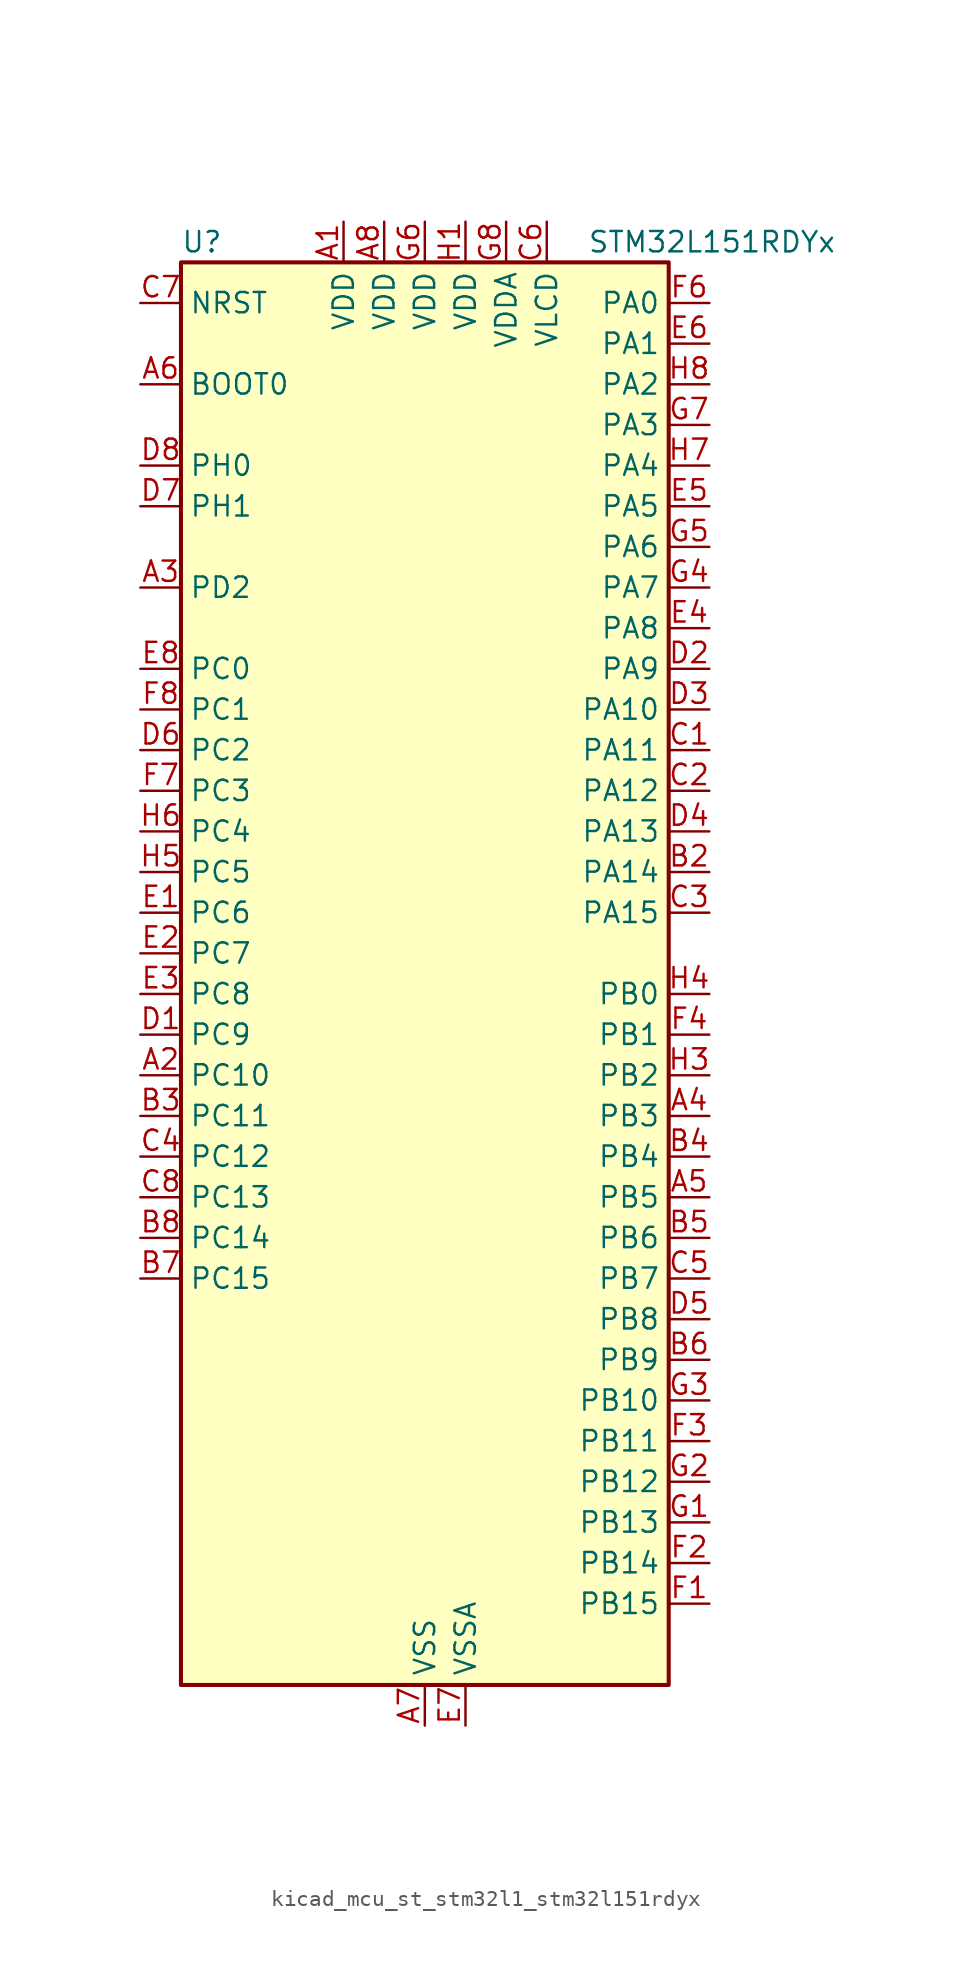
<source format=kicad_sym>
(kicad_symbol_lib
  (version 20220914)
  (generator kicad_symbol_editor)
  (symbol "kicad_mcu_st_stm32l1_stm32l151rdyx"
    (property "Reference" "U"
      (at -15.24 46.99 0)
      (effects (font (size 1.27 1.27)) (justify left)))
    (property "Value" "STM32L151RDYx"
      (at 10.16 46.99 0)
      (effects (font (size 1.27 1.27)) (justify left)))
    (property "ki_locked" ""
      (at 0 0 0)
      (effects (font (size 1.27 1.27))))
    (symbol "kicad_mcu_st_stm32l1_stm32l151rdyx_0_1"
      (rectangle (start -15.24 -43.18) (end 15.24 45.72) (stroke (width 0.254) (type default)) (fill (type background))))
    (symbol "kicad_mcu_st_stm32l1_stm32l151rdyx_1_1"
      (pin power_in line (at -5.08 48.26 270) (length 2.54) (name "VDD" (effects (font (size 1.27 1.27)))) (number "A1" (effects (font (size 1.27 1.27)))))
      (pin bidirectional line (at -17.78 -5.08 0) (length 2.54) (name "PC10" (effects (font (size 1.27 1.27)))) (number "A2" (effects (font (size 1.27 1.27)))) (alternate "I2S3_CK" bidirectional line) (alternate "SDIO_D2" bidirectional line) (alternate "SPI3_SCK" bidirectional line) (alternate "TIMX_IC3" bidirectional line) (alternate "UART4_TX" bidirectional line) (alternate "USART3_TX" bidirectional line))
      (pin bidirectional line (at -17.78 25.4 0) (length 2.54) (name "PD2" (effects (font (size 1.27 1.27)))) (number "A3" (effects (font (size 1.27 1.27)))) (alternate "SDIO_CMD" bidirectional line) (alternate "TIM3_ETR" bidirectional line) (alternate "TIMX_IC3" bidirectional line) (alternate "UART5_RX" bidirectional line))
      (pin bidirectional line (at 17.78 -7.62 180) (length 2.54) (name "PB3" (effects (font (size 1.27 1.27)))) (number "A4" (effects (font (size 1.27 1.27)))) (alternate "COMP2_INM" bidirectional line) (alternate "I2S3_CK" bidirectional line) (alternate "SPI1_SCK" bidirectional line) (alternate "SPI3_SCK" bidirectional line) (alternate "SYS_JTDO-TRACESWO" bidirectional line) (alternate "TIM2_CH2" bidirectional line))
      (pin bidirectional line (at 17.78 -12.7 180) (length 2.54) (name "PB5" (effects (font (size 1.27 1.27)))) (number "A5" (effects (font (size 1.27 1.27)))) (alternate "COMP2_INP" bidirectional line) (alternate "I2C1_SMBA" bidirectional line) (alternate "I2S3_SD" bidirectional line) (alternate "SPI1_MOSI" bidirectional line) (alternate "SPI3_MOSI" bidirectional line) (alternate "TIM3_CH2" bidirectional line) (alternate "TS_G6_IO2" bidirectional line))
      (pin input line (at -17.78 38.1 0) (length 2.54) (name "BOOT0" (effects (font (size 1.27 1.27)))) (number "A6" (effects (font (size 1.27 1.27)))))
      (pin power_in line (at 0 -45.72 90) (length 2.54) (name "VSS" (effects (font (size 1.27 1.27)))) (number "A7" (effects (font (size 1.27 1.27)))))
      (pin power_in line (at -2.54 48.26 270) (length 2.54) (name "VDD" (effects (font (size 1.27 1.27)))) (number "A8" (effects (font (size 1.27 1.27)))))
      (pin passive line (at 0 -45.72 90) (length 2.54) hide (name "VSS" (effects (font (size 1.27 1.27)))) (number "B1" (effects (font (size 1.27 1.27)))))
      (pin bidirectional line (at 17.78 7.62 180) (length 2.54) (name "PA14" (effects (font (size 1.27 1.27)))) (number "B2" (effects (font (size 1.27 1.27)))) (alternate "SYS_JTCK-SWCLK" bidirectional line) (alternate "TIMX_IC3" bidirectional line) (alternate "TS_G5_IO2" bidirectional line))
      (pin bidirectional line (at -17.78 -7.62 0) (length 2.54) (name "PC11" (effects (font (size 1.27 1.27)))) (number "B3" (effects (font (size 1.27 1.27)))) (alternate "ADC_EXTI11" bidirectional line) (alternate "SDIO_D3" bidirectional line) (alternate "SPI3_MISO" bidirectional line) (alternate "TIMX_IC4" bidirectional line) (alternate "UART4_RX" bidirectional line) (alternate "USART3_RX" bidirectional line))
      (pin bidirectional line (at 17.78 -10.16 180) (length 2.54) (name "PB4" (effects (font (size 1.27 1.27)))) (number "B4" (effects (font (size 1.27 1.27)))) (alternate "COMP2_INP" bidirectional line) (alternate "SPI1_MISO" bidirectional line) (alternate "SPI3_MISO" bidirectional line) (alternate "SYS_JTRST" bidirectional line) (alternate "TIM3_CH1" bidirectional line) (alternate "TS_G6_IO1" bidirectional line))
      (pin bidirectional line (at 17.78 -15.24 180) (length 2.54) (name "PB6" (effects (font (size 1.27 1.27)))) (number "B5" (effects (font (size 1.27 1.27)))) (alternate "COMP2_INP" bidirectional line) (alternate "I2C1_SCL" bidirectional line) (alternate "TIM4_CH1" bidirectional line) (alternate "TS_G6_IO3" bidirectional line) (alternate "USART1_TX" bidirectional line))
      (pin bidirectional line (at 17.78 -22.86 180) (length 2.54) (name "PB9" (effects (font (size 1.27 1.27)))) (number "B6" (effects (font (size 1.27 1.27)))) (alternate "DAC_EXTI9" bidirectional line) (alternate "I2C1_SDA" bidirectional line) (alternate "SDIO_D5" bidirectional line) (alternate "TIM11_CH1" bidirectional line) (alternate "TIM4_CH4" bidirectional line))
      (pin bidirectional line (at -17.78 -17.78 0) (length 2.54) (name "PC15" (effects (font (size 1.27 1.27)))) (number "B7" (effects (font (size 1.27 1.27)))) (alternate "ADC_EXTI15" bidirectional line) (alternate "RCC_OSC32_OUT" bidirectional line) (alternate "TIMX_IC4" bidirectional line))
      (pin bidirectional line (at -17.78 -15.24 0) (length 2.54) (name "PC14" (effects (font (size 1.27 1.27)))) (number "B8" (effects (font (size 1.27 1.27)))) (alternate "RCC_OSC32_IN" bidirectional line) (alternate "TIMX_IC3" bidirectional line))
      (pin bidirectional line (at 17.78 15.24 180) (length 2.54) (name "PA11" (effects (font (size 1.27 1.27)))) (number "C1" (effects (font (size 1.27 1.27)))) (alternate "ADC_EXTI11" bidirectional line) (alternate "SPI1_MISO" bidirectional line) (alternate "TIMX_IC4" bidirectional line) (alternate "USART1_CTS" bidirectional line) (alternate "USB_DM" bidirectional line))
      (pin bidirectional line (at 17.78 12.7 180) (length 2.54) (name "PA12" (effects (font (size 1.27 1.27)))) (number "C2" (effects (font (size 1.27 1.27)))) (alternate "SPI1_MOSI" bidirectional line) (alternate "TIMX_IC1" bidirectional line) (alternate "USART1_RTS" bidirectional line) (alternate "USB_DP" bidirectional line))
      (pin bidirectional line (at 17.78 5.08 180) (length 2.54) (name "PA15" (effects (font (size 1.27 1.27)))) (number "C3" (effects (font (size 1.27 1.27)))) (alternate "ADC_EXTI15" bidirectional line) (alternate "I2S3_WS" bidirectional line) (alternate "SPI1_NSS" bidirectional line) (alternate "SPI3_NSS" bidirectional line) (alternate "SYS_JTDI" bidirectional line) (alternate "TIM2_CH1" bidirectional line) (alternate "TIM2_ETR" bidirectional line) (alternate "TIMX_IC4" bidirectional line) (alternate "TS_G5_IO3" bidirectional line))
      (pin bidirectional line (at -17.78 -10.16 0) (length 2.54) (name "PC12" (effects (font (size 1.27 1.27)))) (number "C4" (effects (font (size 1.27 1.27)))) (alternate "I2S3_SD" bidirectional line) (alternate "SDIO_CK" bidirectional line) (alternate "SPI3_MOSI" bidirectional line) (alternate "TIMX_IC1" bidirectional line) (alternate "UART5_TX" bidirectional line) (alternate "USART3_CK" bidirectional line))
      (pin bidirectional line (at 17.78 -17.78 180) (length 2.54) (name "PB7" (effects (font (size 1.27 1.27)))) (number "C5" (effects (font (size 1.27 1.27)))) (alternate "COMP2_INP" bidirectional line) (alternate "I2C1_SDA" bidirectional line) (alternate "SYS_PVD_IN" bidirectional line) (alternate "TIM4_CH2" bidirectional line) (alternate "TS_G6_IO4" bidirectional line) (alternate "USART1_RX" bidirectional line))
      (pin power_in line (at 7.62 48.26 270) (length 2.54) (name "VLCD" (effects (font (size 1.27 1.27)))) (number "C6" (effects (font (size 1.27 1.27)))))
      (pin input line (at -17.78 43.18 0) (length 2.54) (name "NRST" (effects (font (size 1.27 1.27)))) (number "C7" (effects (font (size 1.27 1.27)))))
      (pin bidirectional line (at -17.78 -12.7 0) (length 2.54) (name "PC13" (effects (font (size 1.27 1.27)))) (number "C8" (effects (font (size 1.27 1.27)))) (alternate "RTC_OUT_ALARM" bidirectional line) (alternate "RTC_OUT_CALIB" bidirectional line) (alternate "RTC_TAMP1" bidirectional line) (alternate "RTC_TS" bidirectional line) (alternate "SYS_WKUP2" bidirectional line) (alternate "TIMX_IC2" bidirectional line))
      (pin bidirectional line (at -17.78 -2.54 0) (length 2.54) (name "PC9" (effects (font (size 1.27 1.27)))) (number "D1" (effects (font (size 1.27 1.27)))) (alternate "DAC_EXTI9" bidirectional line) (alternate "SDIO_D1" bidirectional line) (alternate "TIM3_CH4" bidirectional line) (alternate "TIMX_IC2" bidirectional line) (alternate "TS_G10_IO4" bidirectional line))
      (pin bidirectional line (at 17.78 20.32 180) (length 2.54) (name "PA9" (effects (font (size 1.27 1.27)))) (number "D2" (effects (font (size 1.27 1.27)))) (alternate "DAC_EXTI9" bidirectional line) (alternate "TIMX_IC2" bidirectional line) (alternate "TS_G4_IO2" bidirectional line) (alternate "USART1_TX" bidirectional line))
      (pin bidirectional line (at 17.78 17.78 180) (length 2.54) (name "PA10" (effects (font (size 1.27 1.27)))) (number "D3" (effects (font (size 1.27 1.27)))) (alternate "TIMX_IC3" bidirectional line) (alternate "TS_G4_IO3" bidirectional line) (alternate "USART1_RX" bidirectional line))
      (pin bidirectional line (at 17.78 10.16 180) (length 2.54) (name "PA13" (effects (font (size 1.27 1.27)))) (number "D4" (effects (font (size 1.27 1.27)))) (alternate "SYS_JTMS-SWDIO" bidirectional line) (alternate "TIMX_IC2" bidirectional line) (alternate "TS_G5_IO1" bidirectional line))
      (pin bidirectional line (at 17.78 -20.32 180) (length 2.54) (name "PB8" (effects (font (size 1.27 1.27)))) (number "D5" (effects (font (size 1.27 1.27)))) (alternate "I2C1_SCL" bidirectional line) (alternate "SDIO_D4" bidirectional line) (alternate "TIM10_CH1" bidirectional line) (alternate "TIM4_CH3" bidirectional line))
      (pin bidirectional line (at -17.78 15.24 0) (length 2.54) (name "PC2" (effects (font (size 1.27 1.27)))) (number "D6" (effects (font (size 1.27 1.27)))) (alternate "ADC_IN12" bidirectional line) (alternate "COMP1_INP" bidirectional line) (alternate "OPAMP3_VINM" bidirectional line) (alternate "TIMX_IC3" bidirectional line) (alternate "TS_G8_IO3" bidirectional line))
      (pin bidirectional line (at -17.78 30.48 0) (length 2.54) (name "PH1" (effects (font (size 1.27 1.27)))) (number "D7" (effects (font (size 1.27 1.27)))) (alternate "RCC_OSC_OUT" bidirectional line))
      (pin bidirectional line (at -17.78 33.02 0) (length 2.54) (name "PH0" (effects (font (size 1.27 1.27)))) (number "D8" (effects (font (size 1.27 1.27)))) (alternate "RCC_OSC_IN" bidirectional line))
      (pin bidirectional line (at -17.78 5.08 0) (length 2.54) (name "PC6" (effects (font (size 1.27 1.27)))) (number "E1" (effects (font (size 1.27 1.27)))) (alternate "I2S2_MCK" bidirectional line) (alternate "SDIO_D6" bidirectional line) (alternate "TIM3_CH1" bidirectional line) (alternate "TIMX_IC3" bidirectional line) (alternate "TS_G10_IO1" bidirectional line))
      (pin bidirectional line (at -17.78 2.54 0) (length 2.54) (name "PC7" (effects (font (size 1.27 1.27)))) (number "E2" (effects (font (size 1.27 1.27)))) (alternate "I2S3_MCK" bidirectional line) (alternate "SDIO_D7" bidirectional line) (alternate "TIM3_CH2" bidirectional line) (alternate "TIMX_IC4" bidirectional line) (alternate "TS_G10_IO2" bidirectional line))
      (pin bidirectional line (at -17.78 0 0) (length 2.54) (name "PC8" (effects (font (size 1.27 1.27)))) (number "E3" (effects (font (size 1.27 1.27)))) (alternate "SDIO_D0" bidirectional line) (alternate "TIM3_CH3" bidirectional line) (alternate "TIMX_IC1" bidirectional line) (alternate "TS_G10_IO3" bidirectional line))
      (pin bidirectional line (at 17.78 22.86 180) (length 2.54) (name "PA8" (effects (font (size 1.27 1.27)))) (number "E4" (effects (font (size 1.27 1.27)))) (alternate "RCC_MCO" bidirectional line) (alternate "TIMX_IC1" bidirectional line) (alternate "TS_G4_IO1" bidirectional line) (alternate "USART1_CK" bidirectional line))
      (pin bidirectional line (at 17.78 30.48 180) (length 2.54) (name "PA5" (effects (font (size 1.27 1.27)))) (number "E5" (effects (font (size 1.27 1.27)))) (alternate "ADC_IN5" bidirectional line) (alternate "COMP1_INP" bidirectional line) (alternate "DAC_OUT2" bidirectional line) (alternate "SPI1_SCK" bidirectional line) (alternate "TIM2_CH1" bidirectional line) (alternate "TIM2_ETR" bidirectional line) (alternate "TIMX_IC2" bidirectional line))
      (pin bidirectional line (at 17.78 40.64 180) (length 2.54) (name "PA1" (effects (font (size 1.27 1.27)))) (number "E6" (effects (font (size 1.27 1.27)))) (alternate "ADC_IN1" bidirectional line) (alternate "COMP1_INP" bidirectional line) (alternate "OPAMP1_VINP" bidirectional line) (alternate "TIM2_CH2" bidirectional line) (alternate "TIM5_CH2" bidirectional line) (alternate "TIMX_IC2" bidirectional line) (alternate "TS_G1_IO2" bidirectional line) (alternate "USART2_RTS" bidirectional line))
      (pin power_in line (at 2.54 -45.72 90) (length 2.54) (name "VSSA" (effects (font (size 1.27 1.27)))) (number "E7" (effects (font (size 1.27 1.27)))))
      (pin bidirectional line (at -17.78 20.32 0) (length 2.54) (name "PC0" (effects (font (size 1.27 1.27)))) (number "E8" (effects (font (size 1.27 1.27)))) (alternate "ADC_IN10" bidirectional line) (alternate "COMP1_INP" bidirectional line) (alternate "TIMX_IC1" bidirectional line) (alternate "TS_G8_IO1" bidirectional line))
      (pin bidirectional line (at 17.78 -38.1 180) (length 2.54) (name "PB15" (effects (font (size 1.27 1.27)))) (number "F1" (effects (font (size 1.27 1.27)))) (alternate "ADC_EXTI15" bidirectional line) (alternate "ADC_IN21" bidirectional line) (alternate "COMP1_INP" bidirectional line) (alternate "I2S2_SD" bidirectional line) (alternate "RTC_REFIN" bidirectional line) (alternate "SPI2_MOSI" bidirectional line) (alternate "TIM11_CH1" bidirectional line) (alternate "TS_G7_IO4" bidirectional line))
      (pin bidirectional line (at 17.78 -35.56 180) (length 2.54) (name "PB14" (effects (font (size 1.27 1.27)))) (number "F2" (effects (font (size 1.27 1.27)))) (alternate "ADC_IN20" bidirectional line) (alternate "COMP1_INP" bidirectional line) (alternate "SPI2_MISO" bidirectional line) (alternate "TIM9_CH2" bidirectional line) (alternate "TS_G7_IO3" bidirectional line) (alternate "USART3_RTS" bidirectional line))
      (pin bidirectional line (at 17.78 -27.94 180) (length 2.54) (name "PB11" (effects (font (size 1.27 1.27)))) (number "F3" (effects (font (size 1.27 1.27)))) (alternate "ADC_EXTI11" bidirectional line) (alternate "I2C2_SDA" bidirectional line) (alternate "TIM2_CH4" bidirectional line) (alternate "USART3_RX" bidirectional line))
      (pin bidirectional line (at 17.78 -2.54 180) (length 2.54) (name "PB1" (effects (font (size 1.27 1.27)))) (number "F4" (effects (font (size 1.27 1.27)))) (alternate "ADC_IN9" bidirectional line) (alternate "COMP1_INP" bidirectional line) (alternate "SYS_V_REF_OUT" bidirectional line) (alternate "TIM3_CH4" bidirectional line) (alternate "TS_G3_IO2" bidirectional line))
      (pin passive line (at 0 -45.72 90) (length 2.54) hide (name "VSS" (effects (font (size 1.27 1.27)))) (number "F5" (effects (font (size 1.27 1.27)))))
      (pin bidirectional line (at 17.78 43.18 180) (length 2.54) (name "PA0" (effects (font (size 1.27 1.27)))) (number "F6" (effects (font (size 1.27 1.27)))) (alternate "ADC_IN0" bidirectional line) (alternate "COMP1_INP" bidirectional line) (alternate "RTC_TAMP2" bidirectional line) (alternate "SYS_WKUP1" bidirectional line) (alternate "TIM2_CH1" bidirectional line) (alternate "TIM2_ETR" bidirectional line) (alternate "TIM5_CH1" bidirectional line) (alternate "TIMX_IC1" bidirectional line) (alternate "TS_G1_IO1" bidirectional line) (alternate "USART2_CTS" bidirectional line))
      (pin bidirectional line (at -17.78 12.7 0) (length 2.54) (name "PC3" (effects (font (size 1.27 1.27)))) (number "F7" (effects (font (size 1.27 1.27)))) (alternate "ADC_IN13" bidirectional line) (alternate "COMP1_INP" bidirectional line) (alternate "OPAMP3_VOUT" bidirectional line) (alternate "TIMX_IC4" bidirectional line) (alternate "TS_G8_IO4" bidirectional line))
      (pin bidirectional line (at -17.78 17.78 0) (length 2.54) (name "PC1" (effects (font (size 1.27 1.27)))) (number "F8" (effects (font (size 1.27 1.27)))) (alternate "ADC_IN11" bidirectional line) (alternate "COMP1_INP" bidirectional line) (alternate "OPAMP3_VINP" bidirectional line) (alternate "TIMX_IC2" bidirectional line) (alternate "TS_G8_IO2" bidirectional line))
      (pin bidirectional line (at 17.78 -33.02 180) (length 2.54) (name "PB13" (effects (font (size 1.27 1.27)))) (number "G1" (effects (font (size 1.27 1.27)))) (alternate "ADC_IN19" bidirectional line) (alternate "COMP1_INP" bidirectional line) (alternate "I2S2_CK" bidirectional line) (alternate "SPI2_SCK" bidirectional line) (alternate "TIM9_CH1" bidirectional line) (alternate "TS_G7_IO2" bidirectional line) (alternate "USART3_CTS" bidirectional line))
      (pin bidirectional line (at 17.78 -30.48 180) (length 2.54) (name "PB12" (effects (font (size 1.27 1.27)))) (number "G2" (effects (font (size 1.27 1.27)))) (alternate "ADC_IN18" bidirectional line) (alternate "COMP1_INP" bidirectional line) (alternate "I2C2_SMBA" bidirectional line) (alternate "I2S2_WS" bidirectional line) (alternate "SPI2_NSS" bidirectional line) (alternate "TIM10_CH1" bidirectional line) (alternate "TS_G7_IO1" bidirectional line) (alternate "USART3_CK" bidirectional line))
      (pin bidirectional line (at 17.78 -25.4 180) (length 2.54) (name "PB10" (effects (font (size 1.27 1.27)))) (number "G3" (effects (font (size 1.27 1.27)))) (alternate "I2C2_SCL" bidirectional line) (alternate "TIM2_CH3" bidirectional line) (alternate "USART3_TX" bidirectional line))
      (pin bidirectional line (at 17.78 25.4 180) (length 2.54) (name "PA7" (effects (font (size 1.27 1.27)))) (number "G4" (effects (font (size 1.27 1.27)))) (alternate "ADC_IN7" bidirectional line) (alternate "COMP1_INP" bidirectional line) (alternate "OPAMP2_VINM" bidirectional line) (alternate "SPI1_MOSI" bidirectional line) (alternate "TIM11_CH1" bidirectional line) (alternate "TIM3_CH2" bidirectional line) (alternate "TIMX_IC4" bidirectional line) (alternate "TS_G2_IO2" bidirectional line))
      (pin bidirectional line (at 17.78 27.94 180) (length 2.54) (name "PA6" (effects (font (size 1.27 1.27)))) (number "G5" (effects (font (size 1.27 1.27)))) (alternate "ADC_IN6" bidirectional line) (alternate "COMP1_INP" bidirectional line) (alternate "OPAMP2_VINP" bidirectional line) (alternate "SPI1_MISO" bidirectional line) (alternate "TIM10_CH1" bidirectional line) (alternate "TIM3_CH1" bidirectional line) (alternate "TIMX_IC3" bidirectional line) (alternate "TS_G2_IO1" bidirectional line))
      (pin power_in line (at 0 48.26 270) (length 2.54) (name "VDD" (effects (font (size 1.27 1.27)))) (number "G6" (effects (font (size 1.27 1.27)))))
      (pin bidirectional line (at 17.78 35.56 180) (length 2.54) (name "PA3" (effects (font (size 1.27 1.27)))) (number "G7" (effects (font (size 1.27 1.27)))) (alternate "ADC_IN3" bidirectional line) (alternate "COMP1_INP" bidirectional line) (alternate "OPAMP1_VOUT" bidirectional line) (alternate "TIM2_CH4" bidirectional line) (alternate "TIM5_CH4" bidirectional line) (alternate "TIM9_CH2" bidirectional line) (alternate "TIMX_IC4" bidirectional line) (alternate "TS_G1_IO4" bidirectional line) (alternate "USART2_RX" bidirectional line))
      (pin power_in line (at 5.08 48.26 270) (length 2.54) (name "VDDA" (effects (font (size 1.27 1.27)))) (number "G8" (effects (font (size 1.27 1.27)))))
      (pin power_in line (at 2.54 48.26 270) (length 2.54) (name "VDD" (effects (font (size 1.27 1.27)))) (number "H1" (effects (font (size 1.27 1.27)))))
      (pin passive line (at 0 -45.72 90) (length 2.54) hide (name "VSS" (effects (font (size 1.27 1.27)))) (number "H2" (effects (font (size 1.27 1.27)))))
      (pin bidirectional line (at 17.78 -5.08 180) (length 2.54) (name "PB2" (effects (font (size 1.27 1.27)))) (number "H3" (effects (font (size 1.27 1.27)))) (alternate "TS_G3_IO3" bidirectional line))
      (pin bidirectional line (at 17.78 0 180) (length 2.54) (name "PB0" (effects (font (size 1.27 1.27)))) (number "H4" (effects (font (size 1.27 1.27)))) (alternate "ADC_IN8" bidirectional line) (alternate "COMP1_INP" bidirectional line) (alternate "OPAMP2_VOUT" bidirectional line) (alternate "SYS_V_REF_OUT" bidirectional line) (alternate "TIM3_CH3" bidirectional line) (alternate "TS_G3_IO1" bidirectional line))
      (pin bidirectional line (at -17.78 7.62 0) (length 2.54) (name "PC5" (effects (font (size 1.27 1.27)))) (number "H5" (effects (font (size 1.27 1.27)))) (alternate "ADC_IN15" bidirectional line) (alternate "COMP1_INP" bidirectional line) (alternate "TIMX_IC2" bidirectional line) (alternate "TS_G9_IO2" bidirectional line))
      (pin bidirectional line (at -17.78 10.16 0) (length 2.54) (name "PC4" (effects (font (size 1.27 1.27)))) (number "H6" (effects (font (size 1.27 1.27)))) (alternate "ADC_IN14" bidirectional line) (alternate "COMP1_INP" bidirectional line) (alternate "TIMX_IC1" bidirectional line) (alternate "TS_G9_IO1" bidirectional line))
      (pin bidirectional line (at 17.78 33.02 180) (length 2.54) (name "PA4" (effects (font (size 1.27 1.27)))) (number "H7" (effects (font (size 1.27 1.27)))) (alternate "ADC_IN4" bidirectional line) (alternate "COMP1_INP" bidirectional line) (alternate "DAC_OUT1" bidirectional line) (alternate "I2S3_WS" bidirectional line) (alternate "SPI1_NSS" bidirectional line) (alternate "SPI3_NSS" bidirectional line) (alternate "TIMX_IC1" bidirectional line) (alternate "USART2_CK" bidirectional line))
      (pin bidirectional line (at 17.78 38.1 180) (length 2.54) (name "PA2" (effects (font (size 1.27 1.27)))) (number "H8" (effects (font (size 1.27 1.27)))) (alternate "ADC_IN2" bidirectional line) (alternate "COMP1_INP" bidirectional line) (alternate "OPAMP1_VINM" bidirectional line) (alternate "TIM2_CH3" bidirectional line) (alternate "TIM5_CH3" bidirectional line) (alternate "TIM9_CH1" bidirectional line) (alternate "TIMX_IC3" bidirectional line) (alternate "TS_G1_IO3" bidirectional line) (alternate "USART2_TX" bidirectional line)))))
</source>
